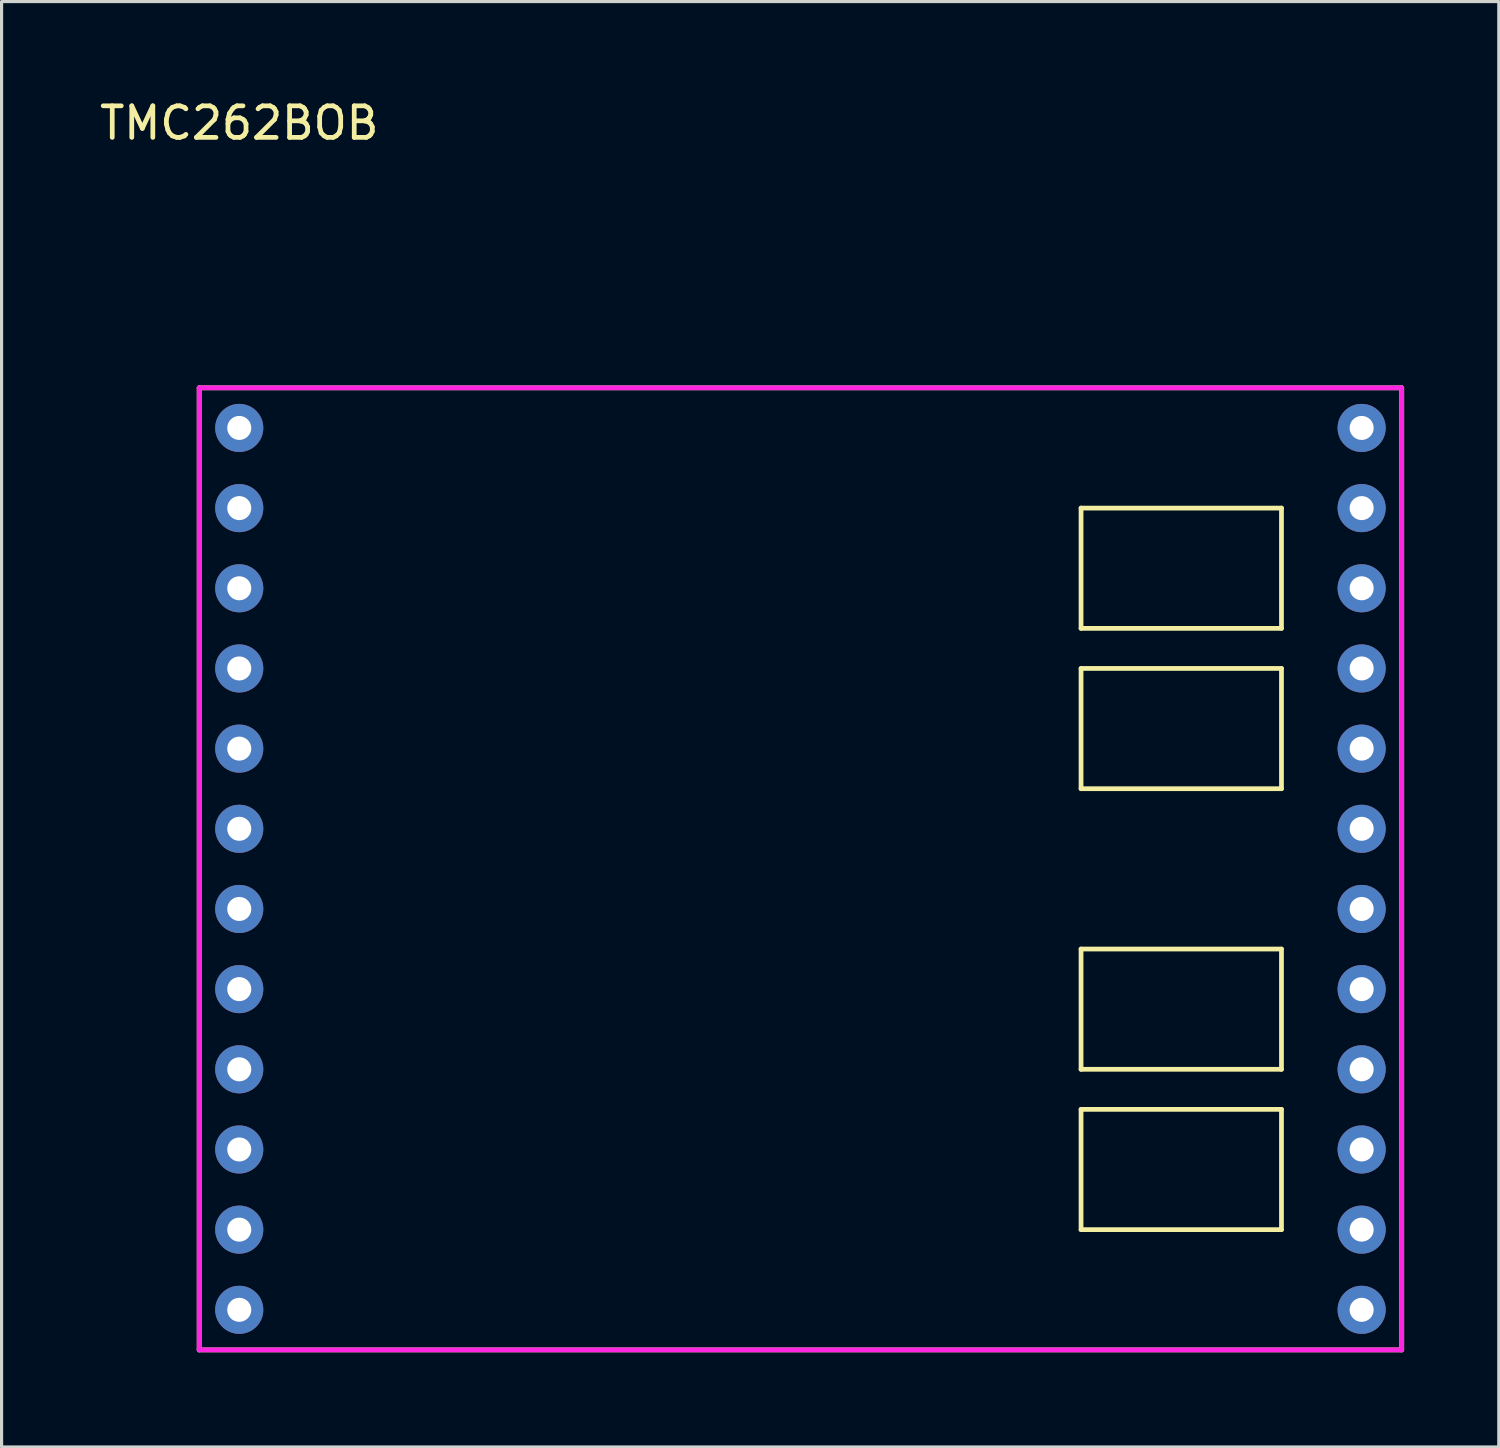
<source format=kicad_pcb>
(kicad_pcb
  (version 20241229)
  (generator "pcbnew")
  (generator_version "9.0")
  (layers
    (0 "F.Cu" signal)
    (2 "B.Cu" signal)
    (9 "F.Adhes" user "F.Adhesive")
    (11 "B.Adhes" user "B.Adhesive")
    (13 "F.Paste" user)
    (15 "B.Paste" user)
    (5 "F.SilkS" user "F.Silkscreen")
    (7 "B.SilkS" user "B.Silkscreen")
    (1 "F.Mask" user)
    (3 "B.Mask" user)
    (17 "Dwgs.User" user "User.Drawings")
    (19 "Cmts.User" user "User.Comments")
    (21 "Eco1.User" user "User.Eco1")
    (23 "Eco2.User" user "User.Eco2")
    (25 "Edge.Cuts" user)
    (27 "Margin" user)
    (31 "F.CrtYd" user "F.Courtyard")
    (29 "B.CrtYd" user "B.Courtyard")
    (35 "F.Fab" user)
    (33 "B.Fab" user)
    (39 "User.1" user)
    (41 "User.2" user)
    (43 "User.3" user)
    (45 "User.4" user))
  (footprint "TMC262BOB"
    (layer "F.Cu")
    (at 4.53 10.508)
    (property "Reference" "TMC262BOB" (at 0 -9.66 0) (layer "F.SilkS") (effects (font (size 1 1) (thickness 0.15))))
    (attr through_hole)
    (fp_line (start -1.27 -1.27) (end 36.83 -1.27) (stroke (width 0.15) (type solid)) (layer "F.SilkS"))
    (fp_line (start -1.27 29.21) (end -1.27 -1.27) (stroke (width 0.15) (type solid)) (layer "F.SilkS"))
    (fp_line (start 26.67 2.54) (end 33.02 2.54) (stroke (width 0.15) (type solid)) (layer "F.SilkS"))
    (fp_line (start 26.67 6.35) (end 26.67 2.54) (stroke (width 0.15) (type solid)) (layer "F.SilkS"))
    (fp_line (start 26.67 7.62) (end 33.02 7.62) (stroke (width 0.15) (type solid)) (layer "F.SilkS"))
    (fp_line (start 26.67 11.43) (end 26.67 7.62) (stroke (width 0.15) (type solid)) (layer "F.SilkS"))
    (fp_line (start 26.67 16.51) (end 33.02 16.51) (stroke (width 0.15) (type solid)) (layer "F.SilkS"))
    (fp_line (start 26.67 20.32) (end 26.67 16.51) (stroke (width 0.15) (type solid)) (layer "F.SilkS"))
    (fp_line (start 26.67 21.59) (end 33.02 21.59) (stroke (width 0.15) (type solid)) (layer "F.SilkS"))
    (fp_line (start 26.67 25.4) (end 26.67 21.59) (stroke (width 0.15) (type solid)) (layer "F.SilkS"))
    (fp_line (start 33.02 2.54) (end 33.02 6.35) (stroke (width 0.15) (type solid)) (layer "F.SilkS"))
    (fp_line (start 33.02 6.35) (end 26.67 6.35) (stroke (width 0.15) (type solid)) (layer "F.SilkS"))
    (fp_line (start 33.02 7.62) (end 33.02 11.43) (stroke (width 0.15) (type solid)) (layer "F.SilkS"))
    (fp_line (start 33.02 11.43) (end 26.67 11.43) (stroke (width 0.15) (type solid)) (layer "F.SilkS"))
    (fp_line (start 33.02 16.51) (end 33.02 20.32) (stroke (width 0.15) (type solid)) (layer "F.SilkS"))
    (fp_line (start 33.02 20.32) (end 26.67 20.32) (stroke (width 0.15) (type solid)) (layer "F.SilkS"))
    (fp_line (start 33.02 21.59) (end 33.02 25.4) (stroke (width 0.15) (type solid)) (layer "F.SilkS"))
    (fp_line (start 33.02 25.4) (end 26.67 25.4) (stroke (width 0.15) (type solid)) (layer "F.SilkS"))
    (fp_line (start 36.83 -1.27) (end 36.83 29.21) (stroke (width 0.15) (type solid)) (layer "F.SilkS"))
    (fp_line (start 36.83 29.21) (end -1.27 29.21) (stroke (width 0.15) (type solid)) (layer "F.SilkS"))
    (fp_line (start -1.27 -1.27) (end 36.83 -1.27) (stroke (width 0.15) (type solid)) (layer "F.CrtYd"))
    (fp_line (start -1.27 29.21) (end -1.27 -1.27) (stroke (width 0.15) (type solid)) (layer "F.CrtYd"))
    (fp_line (start 36.83 -1.27) (end 36.83 29.21) (stroke (width 0.15) (type solid)) (layer "F.CrtYd"))
    (fp_line (start 36.83 29.21) (end -1.27 29.21) (stroke (width 0.15) (type solid)) (layer "F.CrtYd"))
    (pad "1" thru_hole circle (at 0 0) (size 1.524 1.524) (drill 0.762) (layers "*.Cu" "*.Mask"))
    (pad "2" thru_hole circle (at 0 2.54) (size 1.524 1.524) (drill 0.762) (layers "*.Cu" "*.Mask"))
    (pad "3" thru_hole circle (at 0 5.08) (size 1.524 1.524) (drill 0.762) (layers "*.Cu" "*.Mask"))
    (pad "4" thru_hole circle (at 0 7.62) (size 1.524 1.524) (drill 0.762) (layers "*.Cu" "*.Mask"))
    (pad "5" thru_hole circle (at 0 10.16) (size 1.524 1.524) (drill 0.762) (layers "*.Cu" "*.Mask"))
    (pad "6" thru_hole circle (at 0 12.7) (size 1.524 1.524) (drill 0.762) (layers "*.Cu" "*.Mask"))
    (pad "7" thru_hole circle (at 0 15.24) (size 1.524 1.524) (drill 0.762) (layers "*.Cu" "*.Mask"))
    (pad "8" thru_hole circle (at 0 17.78) (size 1.524 1.524) (drill 0.762) (layers "*.Cu" "*.Mask"))
    (pad "9" thru_hole circle (at 0 20.32) (size 1.524 1.524) (drill 0.762) (layers "*.Cu" "*.Mask"))
    (pad "10" thru_hole circle (at 0 22.86) (size 1.524 1.524) (drill 0.762) (layers "*.Cu" "*.Mask"))
    (pad "11" thru_hole circle (at 0 25.4) (size 1.524 1.524) (drill 0.762) (layers "*.Cu" "*.Mask"))
    (pad "12" thru_hole circle (at 0 27.94) (size 1.524 1.524) (drill 0.762) (layers "*.Cu" "*.Mask"))
    (pad "13" thru_hole circle (at 35.56 27.94) (size 1.524 1.524) (drill 0.762) (layers "*.Cu" "*.Mask"))
    (pad "14" thru_hole circle (at 35.56 25.4) (size 1.524 1.524) (drill 0.762) (layers "*.Cu" "*.Mask"))
    (pad "15" thru_hole circle (at 35.56 22.86) (size 1.524 1.524) (drill 0.762) (layers "*.Cu" "*.Mask"))
    (pad "16" thru_hole circle (at 35.56 20.32) (size 1.524 1.524) (drill 0.762) (layers "*.Cu" "*.Mask"))
    (pad "17" thru_hole circle (at 35.56 17.78) (size 1.524 1.524) (drill 0.762) (layers "*.Cu" "*.Mask"))
    (pad "18" thru_hole circle (at 35.56 15.24) (size 1.524 1.524) (drill 0.762) (layers "*.Cu" "*.Mask"))
    (pad "19" thru_hole circle (at 35.56 12.7) (size 1.524 1.524) (drill 0.762) (layers "*.Cu" "*.Mask"))
    (pad "20" thru_hole circle (at 35.56 10.16) (size 1.524 1.524) (drill 0.762) (layers "*.Cu" "*.Mask"))
    (pad "21" thru_hole circle (at 35.56 7.62) (size 1.524 1.524) (drill 0.762) (layers "*.Cu" "*.Mask"))
    (pad "22" thru_hole circle (at 35.56 5.08) (size 1.524 1.524) (drill 0.762) (layers "*.Cu" "*.Mask"))
    (pad "23" thru_hole circle (at 35.56 2.54) (size 1.524 1.524) (drill 0.762) (layers "*.Cu" "*.Mask"))
    (pad "24" thru_hole circle (at 35.56 0) (size 1.524 1.524) (drill 0.762) (layers "*.Cu" "*.Mask")))
  (gr_rect
    (start -3 -3)
    (end 44.435 42.793)
    (stroke (width 0.1) (type default))
    (fill no)
    (layer "Edge.Cuts")))
</source>
